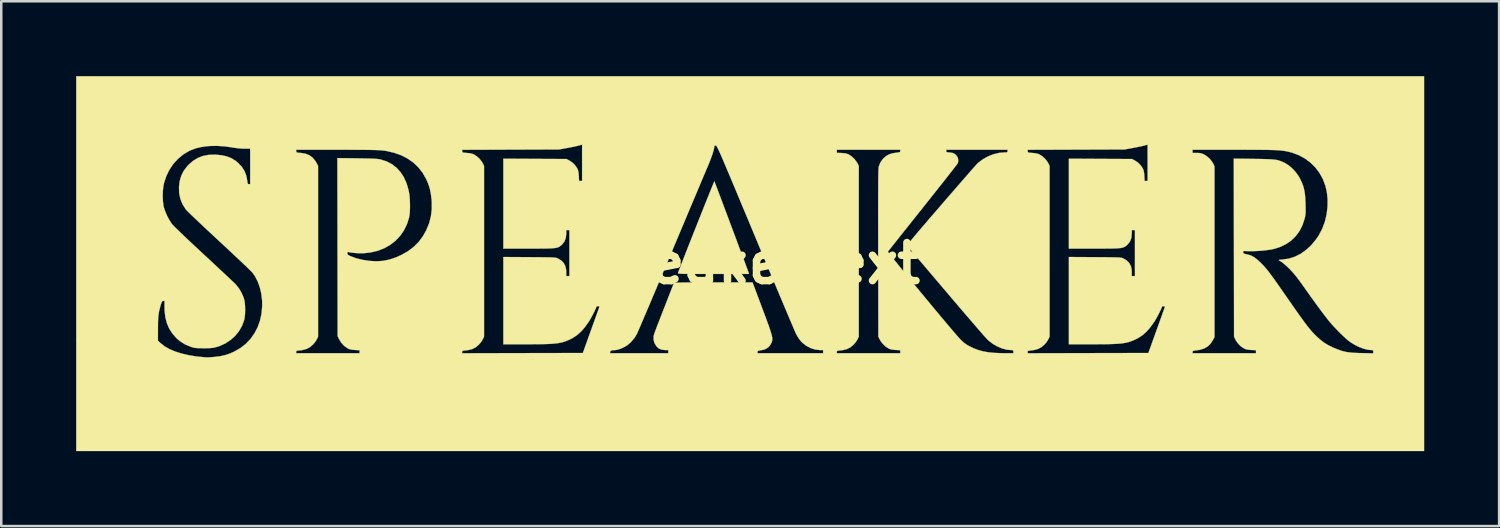
<source format=kicad_pcb>
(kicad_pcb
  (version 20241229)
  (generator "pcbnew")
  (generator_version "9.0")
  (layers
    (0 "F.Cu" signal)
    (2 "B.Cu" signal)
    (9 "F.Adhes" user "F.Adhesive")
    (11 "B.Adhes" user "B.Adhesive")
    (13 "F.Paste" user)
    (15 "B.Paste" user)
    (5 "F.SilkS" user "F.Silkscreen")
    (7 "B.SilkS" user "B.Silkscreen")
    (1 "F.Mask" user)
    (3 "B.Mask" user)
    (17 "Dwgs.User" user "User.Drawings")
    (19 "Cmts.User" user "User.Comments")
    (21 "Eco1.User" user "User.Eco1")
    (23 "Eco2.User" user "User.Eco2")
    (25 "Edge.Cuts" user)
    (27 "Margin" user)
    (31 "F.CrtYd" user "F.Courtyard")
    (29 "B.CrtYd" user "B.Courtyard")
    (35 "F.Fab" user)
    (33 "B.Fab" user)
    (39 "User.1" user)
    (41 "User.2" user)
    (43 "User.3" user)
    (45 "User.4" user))
  (footprint "SpeakerText"
    (layer "F.Cu")
    (at 26.992 7.498)
    (property "Reference" "SpeakerText" (at 0 0 0) (layer "F.SilkS") (effects (font (size 1.524 1.524) (thickness 0.3))))
    (attr through_hole)
    (fp_poly (pts (xy -1.425 -3.267) (xy -1.403 -3.209) (xy -1.369 -3.119) (xy -1.323 -2.999) (xy -1.268 -2.853) (xy -1.205 -2.684) (xy -1.134 -2.497) (xy -1.058 -2.293) (xy -0.977 -2.077) (xy -0.892 -1.852) (xy -0.806 -1.621) (xy -0.719 -1.388) (xy -0.632 -1.156) (xy -0.547 -0.928) (xy -0.465 -0.709) (xy -0.387 -0.501) (xy -0.315 -0.308) (xy -0.249 -0.132) (xy -0.192 0.021) (xy -0.144 0.15) (xy -0.107 0.25) (xy -0.082 0.319) (xy -0.073 0.344) (xy -0.044 0.423) (xy -1.473 0.423) (xy -1.754 0.423) (xy -1.996 0.423) (xy -2.201 0.423) (xy -2.373 0.422) (xy -2.514 0.421) (xy -2.627 0.419) (xy -2.716 0.417) (xy -2.782 0.415) (xy -2.83 0.411) (xy -2.862 0.407) (xy -2.881 0.402) (xy -2.89 0.396) (xy -2.892 0.39) (xy -2.891 0.386) (xy -2.876 0.345) (xy -2.848 0.27) (xy -2.808 0.165) (xy -2.756 0.032) (xy -2.695 -0.125) (xy -2.626 -0.303) (xy -2.549 -0.498) (xy -2.467 -0.707) (xy -2.38 -0.927) (xy -2.29 -1.155) (xy -2.198 -1.386) (xy -2.106 -1.619) (xy -2.014 -1.849) (xy -1.925 -2.073) (xy -1.839 -2.289) (xy -1.758 -2.492) (xy -1.683 -2.679) (xy -1.615 -2.847) (xy -1.556 -2.993) (xy -1.507 -3.113) (xy -1.47 -3.205) (xy -1.445 -3.264) (xy -1.434 -3.288) (xy -1.433 -3.288) (xy -1.425 -3.267)) (stroke (width 0.01) (type solid)) (fill yes) (layer "F.SilkS"))
    (fp_poly (pts (xy 26.988 7.514) (xy -26.988 7.514) (xy -26.988 3.095) (xy -23.717 3.095) (xy -23.598 3.205) (xy -23.443 3.326) (xy -23.25 3.435) (xy -23.023 3.53) (xy -22.766 3.612) (xy -22.483 3.677) (xy -22.177 3.727) (xy -21.852 3.759) (xy -21.759 3.764) (xy -21.717 3.764) (xy -21.644 3.76) (xy -21.551 3.754) (xy -21.463 3.747) (xy -21.231 3.719) (xy -21.024 3.673) (xy -20.825 3.605) (xy -20.669 3.537) (xy -20.422 3.396) (xy -20.202 3.225) (xy -20.011 3.026) (xy -19.851 2.8) (xy -19.722 2.552) (xy -19.627 2.283) (xy -19.566 1.995) (xy -19.541 1.692) (xy -19.545 1.49) (xy -19.575 1.225) (xy -19.634 0.97) (xy -19.718 0.733) (xy -19.827 0.521) (xy -19.926 0.377) (xy -19.957 0.344) (xy -20.016 0.285) (xy -20.101 0.202) (xy -20.209 0.097) (xy -20.339 -0.026) (xy -20.486 -0.166) (xy -20.65 -0.319) (xy -20.826 -0.485) (xy -21.013 -0.659) (xy -21.208 -0.84) (xy -21.271 -0.898) (xy -21.468 -1.081) (xy -21.657 -1.257) (xy -21.837 -1.425) (xy -22.003 -1.582) (xy -22.155 -1.725) (xy -22.289 -1.853) (xy -22.403 -1.962) (xy -22.494 -2.051) (xy -22.56 -2.117) (xy -22.598 -2.158) (xy -22.604 -2.165) (xy -22.731 -2.367) (xy -22.819 -2.584) (xy -22.867 -2.815) (xy -22.874 -3.058) (xy -22.874 -3.069) (xy -22.844 -3.302) (xy -22.783 -3.51) (xy -22.688 -3.7) (xy -22.555 -3.878) (xy -22.479 -3.96) (xy -22.304 -4.111) (xy -22.115 -4.225) (xy -21.91 -4.303) (xy -21.685 -4.346) (xy -21.436 -4.355) (xy -21.399 -4.354) (xy -21.16 -4.33) (xy -20.951 -4.282) (xy -20.767 -4.208) (xy -20.601 -4.104) (xy -20.497 -4.015) (xy -20.352 -3.858) (xy -20.247 -3.69) (xy -20.177 -3.504) (xy -20.14 -3.307) (xy -20.131 -3.235) (xy -20.119 -3.195) (xy -20.102 -3.178) (xy -20.075 -3.175) (xy -20.024 -3.175) (xy -20.024 -4.551) (xy -18.185 -4.551) (xy -18.178 -4.493) (xy -18.173 -4.464) (xy -18.161 -4.446) (xy -18.132 -4.436) (xy -18.078 -4.429) (xy -17.992 -4.423) (xy -17.811 -4.394) (xy -17.654 -4.331) (xy -17.521 -4.233) (xy -17.41 -4.098) (xy -17.363 -4.018) (xy -17.304 -3.905) (xy -17.304 2.932) (xy -17.35 3.032) (xy -17.39 3.1) (xy -17.447 3.18) (xy -17.504 3.246) (xy -17.629 3.354) (xy -17.769 3.428) (xy -17.933 3.471) (xy -18.018 3.482) (xy -18.101 3.49) (xy -18.149 3.498) (xy -18.174 3.511) (xy -18.182 3.531) (xy -18.182 3.547) (xy -18.182 3.598) (xy -15.642 3.598) (xy -15.642 3.477) (xy -15.827 3.468) (xy -15.929 3.46) (xy -16.004 3.447) (xy -16.069 3.426) (xy -16.125 3.398) (xy -16.262 3.3) (xy -16.38 3.171) (xy -16.464 3.031) (xy -16.521 2.91) (xy -16.526 -0.653) (xy -16.532 -4.217) (xy -15.743 -4.207) (xy -15.529 -4.204) (xy -15.352 -4.201) (xy -15.207 -4.197) (xy -15.091 -4.193) (xy -14.999 -4.188) (xy -14.924 -4.181) (xy -14.864 -4.173) (xy -14.813 -4.164) (xy -14.796 -4.16) (xy -14.56 -4.084) (xy -14.349 -3.974) (xy -14.163 -3.83) (xy -14.002 -3.654) (xy -13.868 -3.447) (xy -13.761 -3.209) (xy -13.683 -2.943) (xy -13.66 -2.83) (xy -13.642 -2.699) (xy -13.63 -2.546) (xy -13.624 -2.382) (xy -13.624 -2.218) (xy -13.63 -2.064) (xy -13.642 -1.931) (xy -13.659 -1.835) (xy -13.746 -1.565) (xy -13.867 -1.32) (xy -14.02 -1.1) (xy -14.203 -0.907) (xy -14.413 -0.743) (xy -14.649 -0.609) (xy -14.908 -0.507) (xy -15.188 -0.44) (xy -15.462 -0.409) (xy -15.577 -0.406) (xy -15.703 -0.409) (xy -15.829 -0.417) (xy -15.945 -0.428) (xy -16.039 -0.443) (xy -16.098 -0.458) (xy -16.121 -0.456) (xy -16.129 -0.42) (xy -16.129 -0.407) (xy -16.125 -0.371) (xy -16.106 -0.343) (xy -16.064 -0.317) (xy -16.007 -0.29) (xy -15.783 -0.207) (xy -15.531 -0.144) (xy -15.266 -0.102) (xy -14.998 -0.085) (xy -14.959 -0.085) (xy -14.703 -0.101) (xy -14.449 -0.152) (xy -14.189 -0.239) (xy -13.965 -0.339) (xy -13.701 -0.49) (xy -13.471 -0.663) (xy -13.273 -0.862) (xy -13.105 -1.089) (xy -12.974 -1.323) (xy -12.86 -1.599) (xy -12.786 -1.881) (xy -12.75 -2.172) (xy -12.752 -2.477) (xy -12.759 -2.565) (xy -12.787 -2.785) (xy -12.826 -2.978) (xy -12.88 -3.156) (xy -12.953 -3.334) (xy -12.973 -3.376) (xy -13.114 -3.625) (xy -13.287 -3.846) (xy -13.489 -4.038) (xy -13.721 -4.2) (xy -13.981 -4.333) (xy -14.268 -4.434) (xy -14.58 -4.504) (xy -14.683 -4.519) (xy -14.737 -4.525) (xy -14.8 -4.531) (xy -14.876 -4.535) (xy -14.968 -4.539) (xy -15.079 -4.542) (xy -15.211 -4.545) (xy -15.368 -4.547) (xy -15.553 -4.549) (xy -15.597 -4.549) (xy -11.538 -4.549) (xy -11.532 -4.492) (xy -11.527 -4.464) (xy -11.514 -4.446) (xy -11.484 -4.436) (xy -11.429 -4.429) (xy -11.345 -4.423) (xy -11.22 -4.41) (xy -11.122 -4.387) (xy -11.06 -4.361) (xy -10.949 -4.29) (xy -10.841 -4.192) (xy -10.751 -4.079) (xy -10.708 -4.008) (xy -10.657 -3.905) (xy -10.657 2.932) (xy -10.704 3.032) (xy -10.743 3.1) (xy -10.801 3.18) (xy -10.858 3.246) (xy -10.982 3.354) (xy -11.123 3.428) (xy -11.287 3.471) (xy -11.372 3.482) (xy -11.454 3.49) (xy -11.503 3.498) (xy -11.527 3.511) (xy -11.535 3.531) (xy -11.536 3.547) (xy -11.536 3.599) (xy -9.118 3.593) (xy -6.7 3.588) (xy -6.686 3.548) (xy -5.609 3.548) (xy -5.609 3.598) (xy -3.281 3.598) (xy -3.281 3.471) (xy -3.409 3.471) (xy -3.549 3.454) (xy -3.665 3.403) (xy -3.755 3.317) (xy -3.833 3.188) (xy -3.869 3.055) (xy -3.865 2.914) (xy -3.85 2.847) (xy -3.841 2.819) (xy -3.823 2.769) (xy -3.796 2.696) (xy -3.759 2.598) (xy -3.711 2.472) (xy -3.651 2.319) (xy -3.58 2.135) (xy -3.496 1.919) (xy -3.399 1.671) (xy -3.288 1.387) (xy -3.163 1.067) (xy -3.054 0.788) (xy -3.044 0.783) (xy -3.016 0.779) (xy -2.967 0.775) (xy -2.897 0.772) (xy -2.801 0.769) (xy -2.678 0.767) (xy -2.525 0.765) (xy -2.34 0.764) (xy -2.121 0.763) (xy -1.865 0.762) (xy -1.569 0.762) (xy -1.474 0.762) (xy 0.095 0.762) (xy 0.483 1.795) (xy 0.576 2.043) (xy 0.654 2.255) (xy 0.719 2.435) (xy 0.772 2.585) (xy 0.814 2.709) (xy 0.845 2.811) (xy 0.867 2.894) (xy 0.881 2.961) (xy 0.886 3.015) (xy 0.886 3.061) (xy 0.88 3.101) (xy 0.869 3.139) (xy 0.806 3.27) (xy 0.714 3.371) (xy 0.592 3.441) (xy 0.443 3.479) (xy 0.418 3.482) (xy 0.349 3.492) (xy 0.313 3.503) (xy 0.298 3.523) (xy 0.296 3.547) (xy 0.296 3.598) (xy 2.921 3.598) (xy 2.921 3.471) (xy 2.786 3.471) (xy 2.606 3.451) (xy 2.427 3.394) (xy 2.255 3.304) (xy 2.099 3.185) (xy 2.021 3.105) (xy 1.966 3.033) (xy 1.905 2.94) (xy 1.849 2.842) (xy 1.835 2.815) (xy 1.818 2.777) (xy 1.785 2.702) (xy 1.738 2.592) (xy 1.677 2.449) (xy 1.603 2.275) (xy 1.517 2.073) (xy 1.42 1.843) (xy 1.313 1.588) (xy 1.196 1.311) (xy 1.071 1.013) (xy 0.938 0.696) (xy 0.798 0.362) (xy 0.653 0.014) (xy 0.502 -0.347) (xy 0.346 -0.719) (xy 0.211 -1.042) (xy 0.026 -1.487) (xy -0.144 -1.895) (xy -0.3 -2.266) (xy -0.441 -2.604) (xy -0.568 -2.909) (xy -0.683 -3.184) (xy -0.786 -3.429) (xy -0.878 -3.646) (xy -0.959 -3.838) (xy -1.03 -4.005) (xy -1.092 -4.15) (xy -1.145 -4.274) (xy -1.191 -4.378) (xy -1.23 -4.465) (xy -1.262 -4.535) (xy -1.269 -4.551) (xy 3.471 -4.551) (xy 3.471 -4.428) (xy 3.657 -4.421) (xy 3.77 -4.412) (xy 3.856 -4.396) (xy 3.929 -4.37) (xy 3.942 -4.364) (xy 4.065 -4.284) (xy 4.179 -4.176) (xy 4.271 -4.052) (xy 4.29 -4.019) (xy 4.35 -3.905) (xy 4.35 2.932) (xy 4.303 3.032) (xy 4.264 3.1) (xy 4.206 3.18) (xy 4.149 3.246) (xy 4.025 3.354) (xy 3.884 3.428) (xy 3.72 3.471) (xy 3.635 3.482) (xy 3.553 3.49) (xy 3.504 3.498) (xy 3.48 3.511) (xy 3.472 3.531) (xy 3.471 3.547) (xy 3.471 3.598) (xy 6.011 3.598) (xy 6.011 3.477) (xy 5.826 3.467) (xy 5.711 3.457) (xy 5.624 3.44) (xy 5.553 3.412) (xy 5.548 3.41) (xy 5.429 3.332) (xy 5.318 3.228) (xy 5.227 3.113) (xy 5.191 3.051) (xy 5.133 2.932) (xy 5.127 -0.422) (xy 5.127 -0.472) (xy 5.518 -0.472) (xy 5.528 -0.452) (xy 5.564 -0.403) (xy 5.623 -0.326) (xy 5.703 -0.224) (xy 5.802 -0.101) (xy 5.917 0.043) (xy 6.047 0.203) (xy 6.189 0.378) (xy 6.342 0.565) (xy 6.502 0.761) (xy 6.669 0.964) (xy 6.84 1.171) (xy 7.012 1.38) (xy 7.185 1.587) (xy 7.354 1.792) (xy 7.52 1.99) (xy 7.678 2.18) (xy 7.828 2.358) (xy 7.967 2.523) (xy 8.093 2.672) (xy 8.204 2.801) (xy 8.298 2.91) (xy 8.372 2.994) (xy 8.425 3.052) (xy 8.444 3.071) (xy 8.574 3.186) (xy 8.705 3.277) (xy 8.798 3.328) (xy 8.973 3.41) (xy 9.15 3.475) (xy 9.336 3.525) (xy 9.538 3.56) (xy 9.763 3.583) (xy 10.019 3.594) (xy 10.155 3.596) (xy 10.541 3.598) (xy 10.541 3.535) (xy 10.539 3.497) (xy 10.524 3.478) (xy 10.486 3.472) (xy 10.439 3.471) (xy 10.266 3.454) (xy 10.082 3.404) (xy 9.897 3.325) (xy 9.719 3.223) (xy 9.559 3.102) (xy 9.514 3.06) (xy 9.479 3.024) (xy 9.419 2.958) (xy 9.336 2.864) (xy 9.231 2.744) (xy 9.107 2.602) (xy 8.966 2.438) (xy 8.809 2.256) (xy 8.639 2.058) (xy 8.457 1.846) (xy 8.266 1.622) (xy 8.067 1.388) (xy 7.863 1.148) (xy 7.841 1.122) (xy 7.639 0.884) (xy 7.444 0.654) (xy 7.258 0.436) (xy 7.084 0.23) (xy 6.922 0.039) (xy 6.775 -0.134) (xy 6.644 -0.289) (xy 6.531 -0.422) (xy 6.438 -0.531) (xy 6.367 -0.615) (xy 6.319 -0.672) (xy 6.296 -0.698) (xy 6.295 -0.7) (xy 6.293 -0.708) (xy 6.297 -0.723) (xy 6.31 -0.747) (xy 6.333 -0.781) (xy 6.368 -0.827) (xy 6.415 -0.887) (xy 6.476 -0.963) (xy 6.554 -1.056) (xy 6.648 -1.169) (xy 6.762 -1.303) (xy 6.895 -1.46) (xy 7.051 -1.641) (xy 7.23 -1.85) (xy 7.434 -2.086) (xy 7.653 -2.34) (xy 7.848 -2.566) (xy 8.037 -2.784) (xy 8.217 -2.991) (xy 8.386 -3.186) (xy 8.543 -3.366) (xy 8.685 -3.529) (xy 8.81 -3.673) (xy 8.917 -3.795) (xy 9.004 -3.892) (xy 9.068 -3.964) (xy 9.108 -4.007) (xy 9.119 -4.018) (xy 9.308 -4.163) (xy 9.52 -4.282) (xy 9.746 -4.371) (xy 9.976 -4.427) (xy 10.196 -4.445) (xy 10.261 -4.446) (xy 10.294 -4.454) (xy 10.307 -4.473) (xy 10.308 -4.498) (xy 10.308 -4.549) (xy 11.11 -4.549) (xy 11.116 -4.492) (xy 11.121 -4.464) (xy 11.134 -4.446) (xy 11.164 -4.436) (xy 11.219 -4.429) (xy 11.303 -4.423) (xy 11.428 -4.41) (xy 11.526 -4.387) (xy 11.589 -4.361) (xy 11.7 -4.29) (xy 11.807 -4.192) (xy 11.898 -4.079) (xy 11.94 -4.008) (xy 11.991 -3.905) (xy 11.991 2.932) (xy 11.944 3.032) (xy 11.905 3.1) (xy 11.848 3.18) (xy 11.79 3.246) (xy 11.666 3.354) (xy 11.525 3.428) (xy 11.361 3.471) (xy 11.277 3.482) (xy 11.194 3.49) (xy 11.145 3.498) (xy 11.121 3.511) (xy 11.113 3.531) (xy 11.113 3.547) (xy 11.113 3.599) (xy 13.53 3.593) (xy 15.948 3.588) (xy 16.271 2.688) (xy 16.338 2.502) (xy 16.401 2.326) (xy 16.458 2.167) (xy 16.508 2.027) (xy 16.549 1.912) (xy 16.58 1.824) (xy 16.6 1.769) (xy 16.606 1.752) (xy 16.607 1.725) (xy 16.579 1.715) (xy 16.554 1.714) (xy 16.509 1.721) (xy 16.489 1.737) (xy 16.489 1.738) (xy 16.479 1.774) (xy 16.452 1.838) (xy 16.411 1.923) (xy 16.362 2.021) (xy 16.308 2.123) (xy 16.253 2.222) (xy 16.201 2.31) (xy 16.168 2.362) (xy 16.019 2.567) (xy 15.87 2.736) (xy 15.715 2.873) (xy 15.548 2.984) (xy 15.427 3.046) (xy 15.336 3.086) (xy 15.248 3.121) (xy 15.159 3.15) (xy 15.064 3.174) (xy 14.959 3.193) (xy 14.84 3.208) (xy 14.703 3.22) (xy 14.544 3.228) (xy 14.358 3.233) (xy 14.141 3.237) (xy 13.889 3.238) (xy 13.69 3.239) (xy 12.764 3.239) (xy 12.764 -0.256) (xy 13.806 -0.25) (xy 14.043 -0.248) (xy 14.242 -0.247) (xy 14.406 -0.245) (xy 14.54 -0.243) (xy 14.646 -0.241) (xy 14.729 -0.238) (xy 14.792 -0.234) (xy 14.84 -0.229) (xy 14.876 -0.223) (xy 14.904 -0.215) (xy 14.927 -0.206) (xy 14.944 -0.199) (xy 15.081 -0.117) (xy 15.181 -0.015) (xy 15.247 0.11) (xy 15.279 0.259) (xy 15.282 0.343) (xy 15.282 0.508) (xy 15.409 0.508) (xy 15.409 -1.333) (xy 15.282 -1.333) (xy 15.282 -1.18) (xy 15.265 -1.02) (xy 15.215 -0.885) (xy 15.129 -0.77) (xy 15.09 -0.734) (xy 15.054 -0.703) (xy 15.018 -0.677) (xy 14.981 -0.656) (xy 14.938 -0.638) (xy 14.884 -0.624) (xy 14.818 -0.614) (xy 14.733 -0.606) (xy 14.628 -0.6) (xy 14.497 -0.596) (xy 14.338 -0.594) (xy 14.146 -0.593) (xy 13.917 -0.593) (xy 13.776 -0.593) (xy 12.764 -0.593) (xy 12.764 -4.193) (xy 14.028 -4.186) (xy 15.293 -4.18) (xy 15.4 -4.124) (xy 15.527 -4.039) (xy 15.638 -3.93) (xy 15.72 -3.81) (xy 15.728 -3.794) (xy 15.756 -3.721) (xy 15.774 -3.634) (xy 15.785 -3.521) (xy 15.786 -3.498) (xy 15.795 -3.302) (xy 15.917 -3.302) (xy 15.917 -4.551) (xy 17.716 -4.551) (xy 17.716 -4.424) (xy 17.881 -4.424) (xy 17.979 -4.421) (xy 18.054 -4.409) (xy 18.127 -4.384) (xy 18.172 -4.363) (xy 18.294 -4.287) (xy 18.409 -4.183) (xy 18.504 -4.064) (xy 18.549 -3.984) (xy 18.595 -3.884) (xy 18.595 2.953) (xy 18.535 3.066) (xy 18.438 3.214) (xy 18.319 3.329) (xy 18.176 3.41) (xy 18.005 3.462) (xy 17.905 3.477) (xy 17.815 3.488) (xy 17.76 3.498) (xy 17.73 3.509) (xy 17.718 3.527) (xy 17.716 3.548) (xy 17.716 3.598) (xy 20.256 3.598) (xy 20.256 3.476) (xy 20.071 3.468) (xy 19.958 3.46) (xy 19.872 3.444) (xy 19.799 3.417) (xy 19.786 3.411) (xy 19.66 3.33) (xy 19.546 3.22) (xy 19.456 3.094) (xy 19.435 3.053) (xy 19.378 2.932) (xy 19.373 -0.632) (xy 19.367 -4.196) (xy 20.166 -4.185) (xy 20.392 -4.182) (xy 20.579 -4.178) (xy 20.735 -4.173) (xy 20.863 -4.167) (xy 20.969 -4.158) (xy 21.057 -4.147) (xy 21.133 -4.132) (xy 21.201 -4.112) (xy 21.267 -4.088) (xy 21.336 -4.058) (xy 21.399 -4.028) (xy 21.553 -3.936) (xy 21.703 -3.81) (xy 21.843 -3.66) (xy 21.963 -3.494) (xy 22.021 -3.391) (xy 22.091 -3.245) (xy 22.145 -3.105) (xy 22.184 -2.962) (xy 22.212 -2.807) (xy 22.23 -2.631) (xy 22.24 -2.424) (xy 22.241 -2.379) (xy 22.244 -2.232) (xy 22.245 -2.119) (xy 22.243 -2.031) (xy 22.237 -1.96) (xy 22.228 -1.897) (xy 22.215 -1.833) (xy 22.206 -1.797) (xy 22.121 -1.536) (xy 22.003 -1.303) (xy 21.854 -1.098) (xy 21.674 -0.921) (xy 21.465 -0.775) (xy 21.227 -0.659) (xy 20.983 -0.581) (xy 20.85 -0.553) (xy 20.687 -0.53) (xy 20.505 -0.51) (xy 20.315 -0.497) (xy 20.129 -0.49) (xy 19.959 -0.49) (xy 19.942 -0.491) (xy 19.748 -0.497) (xy 19.748 -0.444) (xy 19.752 -0.414) (xy 19.771 -0.394) (xy 19.813 -0.38) (xy 19.878 -0.366) (xy 19.992 -0.338) (xy 20.095 -0.297) (xy 20.196 -0.238) (xy 20.303 -0.155) (xy 20.424 -0.045) (xy 20.469 -0.000388) (xy 20.521 0.052) (xy 20.57 0.104) (xy 20.619 0.158) (xy 20.67 0.217) (xy 20.725 0.284) (xy 20.786 0.362) (xy 20.855 0.455) (xy 20.934 0.564) (xy 21.027 0.692) (xy 21.134 0.844) (xy 21.258 1.021) (xy 21.401 1.226) (xy 21.566 1.463) (xy 21.601 1.513) (xy 21.766 1.75) (xy 21.91 1.955) (xy 22.035 2.131) (xy 22.144 2.282) (xy 22.24 2.411) (xy 22.325 2.522) (xy 22.401 2.618) (xy 22.472 2.701) (xy 22.539 2.776) (xy 22.606 2.846) (xy 22.675 2.914) (xy 22.682 2.921) (xy 22.837 3.061) (xy 22.987 3.175) (xy 23.144 3.272) (xy 23.32 3.359) (xy 23.484 3.428) (xy 23.608 3.474) (xy 23.72 3.51) (xy 23.827 3.538) (xy 23.939 3.558) (xy 24.063 3.573) (xy 24.209 3.583) (xy 24.384 3.59) (xy 24.485 3.592) (xy 24.956 3.603) (xy 24.956 3.537) (xy 24.953 3.496) (xy 24.936 3.477) (xy 24.894 3.472) (xy 24.867 3.471) (xy 24.728 3.457) (xy 24.569 3.416) (xy 24.4 3.353) (xy 24.23 3.272) (xy 24.069 3.176) (xy 23.957 3.095) (xy 23.867 3.018) (xy 23.758 2.917) (xy 23.636 2.799) (xy 23.51 2.672) (xy 23.387 2.542) (xy 23.274 2.419) (xy 23.241 2.381) (xy 23.163 2.286) (xy 23.063 2.16) (xy 22.944 2.004) (xy 22.808 1.821) (xy 22.658 1.616) (xy 22.495 1.391) (xy 22.378 1.228) (xy 22.256 1.055) (xy 22.154 0.912) (xy 22.071 0.796) (xy 22.002 0.701) (xy 21.945 0.624) (xy 21.897 0.561) (xy 21.854 0.506) (xy 21.813 0.457) (xy 21.771 0.408) (xy 21.725 0.355) (xy 21.711 0.339) (xy 21.608 0.228) (xy 21.498 0.122) (xy 21.39 0.026) (xy 21.292 -0.051) (xy 21.212 -0.104) (xy 21.205 -0.108) (xy 21.175 -0.124) (xy 21.166 -0.135) (xy 21.182 -0.142) (xy 21.228 -0.147) (xy 21.311 -0.153) (xy 21.328 -0.154) (xy 21.577 -0.192) (xy 21.819 -0.27) (xy 22.05 -0.386) (xy 22.268 -0.54) (xy 22.471 -0.73) (xy 22.657 -0.954) (xy 22.778 -1.132) (xy 22.911 -1.387) (xy 23.014 -1.665) (xy 23.085 -1.958) (xy 23.122 -2.26) (xy 23.126 -2.562) (xy 23.095 -2.858) (xy 23.039 -3.1) (xy 22.941 -3.368) (xy 22.806 -3.614) (xy 22.64 -3.836) (xy 22.444 -4.032) (xy 22.22 -4.199) (xy 21.973 -4.333) (xy 21.703 -4.434) (xy 21.586 -4.465) (xy 21.519 -4.48) (xy 21.455 -4.494) (xy 21.388 -4.505) (xy 21.317 -4.515) (xy 21.238 -4.523) (xy 21.148 -4.53) (xy 21.044 -4.536) (xy 20.922 -4.54) (xy 20.779 -4.544) (xy 20.613 -4.547) (xy 20.419 -4.548) (xy 20.196 -4.55) (xy 19.939 -4.55) (xy 19.645 -4.551) (xy 19.384 -4.551) (xy 17.716 -4.551) (xy 15.917 -4.551) (xy 15.917 -4.757) (xy 15.777 -4.718) (xy 15.704 -4.7) (xy 15.602 -4.677) (xy 15.482 -4.653) (xy 15.356 -4.628) (xy 15.317 -4.621) (xy 14.997 -4.563) (xy 13.053 -4.556) (xy 11.11 -4.549) (xy 10.308 -4.549) (xy 10.308 -4.551) (xy 7.853 -4.551) (xy 7.853 -4.5) (xy 7.856 -4.473) (xy 7.872 -4.457) (xy 7.91 -4.448) (xy 7.98 -4.442) (xy 7.99 -4.441) (xy 8.102 -4.425) (xy 8.187 -4.388) (xy 8.258 -4.323) (xy 8.282 -4.294) (xy 8.322 -4.211) (xy 8.335 -4.115) (xy 8.319 -4.025) (xy 8.31 -4.005) (xy 8.293 -3.98) (xy 8.25 -3.924) (xy 8.185 -3.839) (xy 8.099 -3.728) (xy 7.993 -3.593) (xy 7.871 -3.437) (xy 7.732 -3.261) (xy 7.579 -3.068) (xy 7.415 -2.86) (xy 7.24 -2.64) (xy 7.057 -2.41) (xy 6.905 -2.218) (xy 6.716 -1.982) (xy 6.535 -1.755) (xy 6.364 -1.539) (xy 6.203 -1.337) (xy 6.054 -1.15) (xy 5.921 -0.982) (xy 5.803 -0.834) (xy 5.703 -0.708) (xy 5.623 -0.606) (xy 5.564 -0.532) (xy 5.528 -0.486) (xy 5.518 -0.472) (xy 5.127 -0.472) (xy 5.127 -0.867) (xy 5.126 -1.272) (xy 5.126 -1.638) (xy 5.125 -1.968) (xy 5.125 -2.263) (xy 5.126 -2.526) (xy 5.126 -2.758) (xy 5.127 -2.962) (xy 5.127 -3.14) (xy 5.129 -3.292) (xy 5.13 -3.422) (xy 5.132 -3.532) (xy 5.134 -3.623) (xy 5.136 -3.697) (xy 5.139 -3.756) (xy 5.142 -3.803) (xy 5.146 -3.838) (xy 5.149 -3.865) (xy 5.154 -3.886) (xy 5.155 -3.891) (xy 5.215 -4.042) (xy 5.305 -4.17) (xy 5.372 -4.238) (xy 5.473 -4.317) (xy 5.579 -4.372) (xy 5.702 -4.409) (xy 5.823 -4.429) (xy 5.912 -4.44) (xy 5.968 -4.451) (xy 5.998 -4.463) (xy 6.009 -4.48) (xy 6.011 -4.501) (xy 6.011 -4.551) (xy 3.471 -4.551) (xy -1.269 -4.551) (xy -1.289 -4.592) (xy -1.31 -4.635) (xy -1.328 -4.667) (xy -1.342 -4.69) (xy -1.354 -4.705) (xy -1.363 -4.714) (xy -1.371 -4.718) (xy -1.378 -4.72) (xy -1.381 -4.72) (xy -1.423 -4.714) (xy -1.438 -4.688) (xy -1.439 -4.657) (xy -1.448 -4.592) (xy -1.473 -4.495) (xy -1.511 -4.372) (xy -1.562 -4.228) (xy -1.623 -4.07) (xy -1.691 -3.903) (xy -1.708 -3.863) (xy -1.732 -3.808) (xy -1.771 -3.716) (xy -1.824 -3.59) (xy -1.891 -3.432) (xy -1.97 -3.244) (xy -2.061 -3.029) (xy -2.162 -2.789) (xy -2.273 -2.526) (xy -2.392 -2.244) (xy -2.518 -1.943) (xy -2.651 -1.627) (xy -2.79 -1.298) (xy -2.932 -0.959) (xy -3.079 -0.61) (xy -3.157 -0.423) (xy -3.304 -0.075) (xy -3.447 0.264) (xy -3.585 0.592) (xy -3.718 0.907) (xy -3.844 1.205) (xy -3.963 1.486) (xy -4.073 1.746) (xy -4.175 1.984) (xy -4.266 2.198) (xy -4.345 2.385) (xy -4.413 2.543) (xy -4.468 2.67) (xy -4.509 2.763) (xy -4.535 2.821) (xy -4.543 2.838) (xy -4.647 3.002) (xy -4.777 3.153) (xy -4.92 3.277) (xy -4.938 3.289) (xy -5.033 3.346) (xy -5.142 3.398) (xy -5.252 3.439) (xy -5.35 3.465) (xy -5.406 3.471) (xy -5.509 3.477) (xy -5.574 3.495) (xy -5.605 3.527) (xy -5.609 3.548) (xy -6.686 3.548) (xy -6.378 2.688) (xy -6.311 2.502) (xy -6.248 2.326) (xy -6.191 2.167) (xy -6.141 2.027) (xy -6.099 1.912) (xy -6.068 1.824) (xy -6.048 1.769) (xy -6.042 1.752) (xy -6.041 1.725) (xy -6.069 1.715) (xy -6.095 1.714) (xy -6.14 1.721) (xy -6.159 1.737) (xy -6.16 1.738) (xy -6.169 1.774) (xy -6.197 1.838) (xy -6.237 1.923) (xy -6.286 2.021) (xy -6.341 2.123) (xy -6.396 2.222) (xy -6.447 2.31) (xy -6.481 2.362) (xy -6.63 2.567) (xy -6.779 2.736) (xy -6.934 2.873) (xy -7.1 2.984) (xy -7.221 3.046) (xy -7.312 3.086) (xy -7.4 3.121) (xy -7.49 3.15) (xy -7.585 3.174) (xy -7.689 3.193) (xy -7.808 3.208) (xy -7.945 3.22) (xy -8.104 3.228) (xy -8.29 3.233) (xy -8.507 3.237) (xy -8.759 3.238) (xy -8.958 3.239) (xy -9.885 3.239) (xy -9.885 -0.256) (xy -8.842 -0.25) (xy -8.605 -0.248) (xy -8.406 -0.247) (xy -8.242 -0.245) (xy -8.109 -0.243) (xy -8.003 -0.241) (xy -7.92 -0.238) (xy -7.856 -0.234) (xy -7.809 -0.229) (xy -7.773 -0.223) (xy -7.745 -0.215) (xy -7.721 -0.206) (xy -7.705 -0.199) (xy -7.568 -0.117) (xy -7.467 -0.015) (xy -7.402 0.11) (xy -7.37 0.259) (xy -7.366 0.343) (xy -7.366 0.508) (xy -7.239 0.508) (xy -7.239 -1.333) (xy -7.366 -1.333) (xy -7.366 -1.18) (xy -7.383 -1.02) (xy -7.434 -0.885) (xy -7.52 -0.77) (xy -7.558 -0.734) (xy -7.595 -0.703) (xy -7.63 -0.677) (xy -7.667 -0.656) (xy -7.711 -0.638) (xy -7.764 -0.624) (xy -7.831 -0.614) (xy -7.915 -0.606) (xy -8.021 -0.6) (xy -8.151 -0.596) (xy -8.311 -0.594) (xy -8.503 -0.593) (xy -8.731 -0.593) (xy -8.873 -0.593) (xy -9.885 -0.593) (xy -9.885 -4.193) (xy -8.62 -4.186) (xy -7.355 -4.18) (xy -7.249 -4.124) (xy -7.121 -4.039) (xy -7.011 -3.93) (xy -6.928 -3.81) (xy -6.92 -3.794) (xy -6.892 -3.721) (xy -6.874 -3.634) (xy -6.864 -3.521) (xy -6.862 -3.498) (xy -6.853 -3.302) (xy -6.731 -3.302) (xy -6.731 -4.757) (xy -6.871 -4.718) (xy -6.944 -4.7) (xy -7.046 -4.677) (xy -7.166 -4.653) (xy -7.292 -4.628) (xy -7.332 -4.621) (xy -7.652 -4.563) (xy -11.538 -4.549) (xy -15.597 -4.549) (xy -15.769 -4.55) (xy -16.018 -4.55) (xy -16.305 -4.551) (xy -16.555 -4.551) (xy -18.185 -4.551) (xy -20.024 -4.551) (xy -20.024 -4.593) (xy -20.241 -4.593) (xy -20.372 -4.599) (xy -20.521 -4.612) (xy -20.662 -4.631) (xy -20.689 -4.636) (xy -21.033 -4.686) (xy -21.361 -4.707) (xy -21.669 -4.701) (xy -21.953 -4.667) (xy -22.211 -4.606) (xy -22.44 -4.517) (xy -22.464 -4.506) (xy -22.702 -4.363) (xy -22.915 -4.188) (xy -23.102 -3.983) (xy -23.258 -3.75) (xy -23.383 -3.494) (xy -23.474 -3.218) (xy -23.478 -3.202) (xy -23.506 -3.047) (xy -23.522 -2.87) (xy -23.526 -2.682) (xy -23.518 -2.498) (xy -23.498 -2.332) (xy -23.477 -2.233) (xy -23.423 -2.073) (xy -23.349 -1.903) (xy -23.261 -1.738) (xy -23.168 -1.594) (xy -23.136 -1.553) (xy -23.104 -1.518) (xy -23.043 -1.456) (xy -22.957 -1.372) (xy -22.847 -1.266) (xy -22.717 -1.142) (xy -22.57 -1.002) (xy -22.407 -0.849) (xy -22.233 -0.685) (xy -22.048 -0.514) (xy -21.872 -0.35) (xy -21.681 -0.174) (xy -21.497 -0.002) (xy -21.322 0.161) (xy -21.159 0.313) (xy -21.011 0.452) (xy -20.88 0.575) (xy -20.77 0.679) (xy -20.682 0.762) (xy -20.621 0.822) (xy -20.59 0.854) (xy -20.475 0.999) (xy -20.373 1.169) (xy -20.294 1.349) (xy -20.265 1.439) (xy -20.243 1.551) (xy -20.23 1.691) (xy -20.225 1.844) (xy -20.228 1.998) (xy -20.24 2.138) (xy -20.26 2.252) (xy -20.262 2.262) (xy -20.348 2.496) (xy -20.469 2.71) (xy -20.623 2.901) (xy -20.808 3.067) (xy -21.019 3.205) (xy -21.254 3.311) (xy -21.369 3.348) (xy -21.44 3.367) (xy -21.507 3.38) (xy -21.579 3.389) (xy -21.667 3.394) (xy -21.781 3.396) (xy -21.886 3.396) (xy -22.02 3.395) (xy -22.12 3.393) (xy -22.197 3.388) (xy -22.261 3.379) (xy -22.319 3.365) (xy -22.383 3.346) (xy -22.405 3.339) (xy -22.637 3.241) (xy -22.841 3.111) (xy -22.975 2.995) (xy -23.138 2.81) (xy -23.266 2.61) (xy -23.36 2.392) (xy -23.421 2.152) (xy -23.45 1.888) (xy -23.453 1.758) (xy -23.453 1.503) (xy -23.505 1.503) (xy -23.533 1.507) (xy -23.554 1.526) (xy -23.574 1.568) (xy -23.598 1.642) (xy -23.601 1.652) (xy -23.637 1.778) (xy -23.665 1.888) (xy -23.685 1.993) (xy -23.699 2.101) (xy -23.709 2.222) (xy -23.714 2.363) (xy -23.716 2.534) (xy -23.716 2.611) (xy -23.717 3.095) (xy -26.988 3.095) (xy -26.988 -7.493) (xy 26.988 -7.493) (xy 26.988 7.514)) (stroke (width 0.01) (type solid)) (fill yes) (layer "F.SilkS")))
  (gr_rect
    (start -3 -3)
    (end 56.985 18.017)
    (stroke (width 0.1) (type default))
    (fill no)
    (layer "Edge.Cuts")))
</source>
